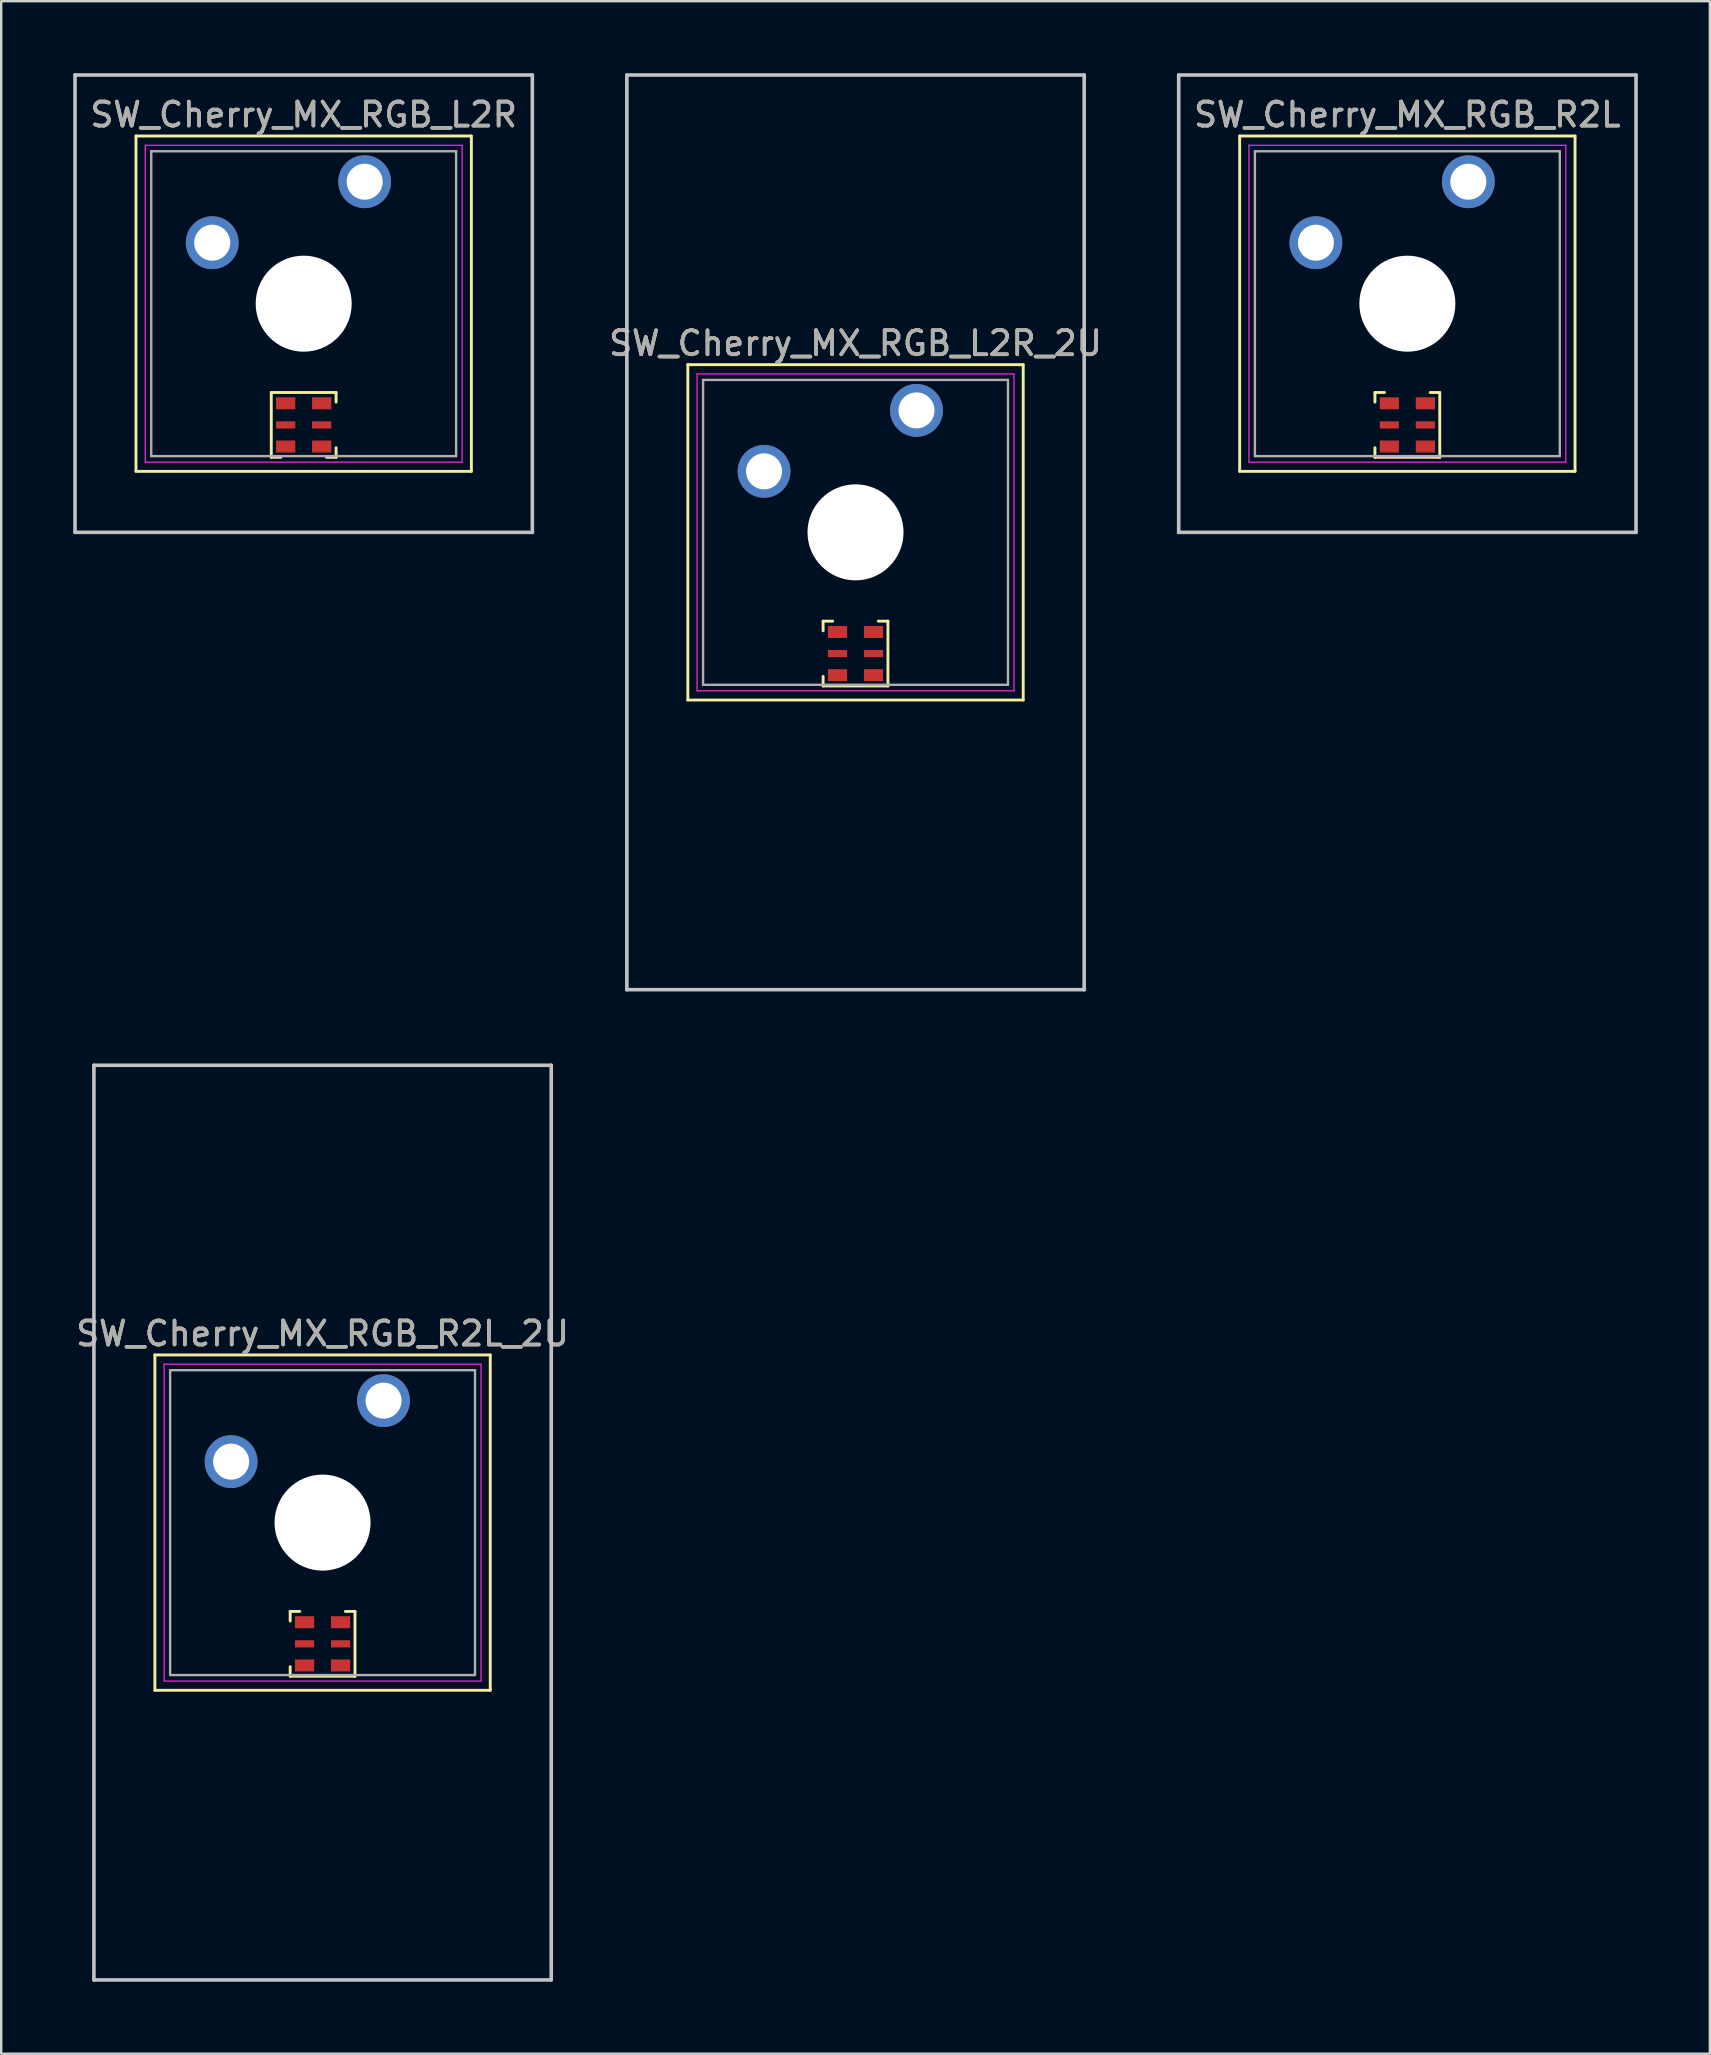
<source format=kicad_pcb>
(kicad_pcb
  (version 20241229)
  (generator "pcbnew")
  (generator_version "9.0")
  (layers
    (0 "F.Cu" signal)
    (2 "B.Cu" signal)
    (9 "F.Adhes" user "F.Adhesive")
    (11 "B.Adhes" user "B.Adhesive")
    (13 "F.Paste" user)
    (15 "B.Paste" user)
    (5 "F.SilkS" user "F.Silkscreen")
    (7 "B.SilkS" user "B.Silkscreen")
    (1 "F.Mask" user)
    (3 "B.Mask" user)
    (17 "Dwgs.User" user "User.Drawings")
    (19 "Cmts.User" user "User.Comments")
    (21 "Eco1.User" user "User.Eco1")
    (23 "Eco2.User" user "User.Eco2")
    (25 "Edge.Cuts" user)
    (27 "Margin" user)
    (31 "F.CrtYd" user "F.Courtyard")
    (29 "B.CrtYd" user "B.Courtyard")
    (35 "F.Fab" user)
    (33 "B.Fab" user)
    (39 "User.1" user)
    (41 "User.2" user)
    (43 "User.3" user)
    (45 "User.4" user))
  (footprint "SW_Cherry_MX_RGB_R2L"
    (layer "F.Cu")
    (at 55.574 9.6)
    (property "Reference" "SW_Cherry_MX_RGB_R2L" (at 0 -7.874 0) (layer "F.SilkS") (effects (font (size 1 1) (thickness 0.15))))
    (attr through_hole)
    (fp_line (start -6.985 -6.985) (end 6.985 -6.985) (stroke (width 0.12) (type solid)) (layer "F.SilkS"))
    (fp_line (start -6.985 6.985) (end -6.985 -6.985) (stroke (width 0.12) (type solid)) (layer "F.SilkS"))
    (fp_line (start -1.35 3.7) (end -1.35 4.1) (stroke (width 0.12) (type solid)) (layer "F.SilkS"))
    (fp_line (start -1.35 3.7) (end -0.95 3.7) (stroke (width 0.12) (type solid)) (layer "F.SilkS"))
    (fp_line (start -1.35 6) (end -1.35 6.4) (stroke (width 0.12) (type solid)) (layer "F.SilkS"))
    (fp_line (start -1.35 6.4) (end 1.35 6.4) (stroke (width 0.12) (type solid)) (layer "F.SilkS"))
    (fp_line (start 0.95 3.7) (end 1.35 3.7) (stroke (width 0.12) (type solid)) (layer "F.SilkS"))
    (fp_line (start 1.35 3.7) (end 1.35 6.4) (stroke (width 0.12) (type solid)) (layer "F.SilkS"))
    (fp_line (start 6.985 -6.985) (end 6.985 6.985) (stroke (width 0.12) (type solid)) (layer "F.SilkS"))
    (fp_line (start 6.985 6.985) (end -6.985 6.985) (stroke (width 0.12) (type solid)) (layer "F.SilkS"))
    (fp_line (start -9.525 -9.525) (end 9.525 -9.525) (stroke (width 0.15) (type solid)) (layer "Dwgs.User"))
    (fp_line (start -9.525 9.525) (end -9.525 -9.525) (stroke (width 0.15) (type solid)) (layer "Dwgs.User"))
    (fp_line (start 9.525 -9.525) (end 9.525 9.525) (stroke (width 0.15) (type solid)) (layer "Dwgs.User"))
    (fp_line (start 9.525 9.525) (end -9.525 9.525) (stroke (width 0.15) (type solid)) (layer "Dwgs.User"))
    (fp_line (start -6.6 -6.6) (end 6.6 -6.6) (stroke (width 0.05) (type solid)) (layer "F.CrtYd"))
    (fp_line (start -6.6 6.6) (end -6.6 -6.6) (stroke (width 0.05) (type solid)) (layer "F.CrtYd"))
    (fp_line (start 6.6 -6.6) (end 6.6 6.6) (stroke (width 0.05) (type solid)) (layer "F.CrtYd"))
    (fp_line (start 6.6 6.6) (end -6.6 6.6) (stroke (width 0.05) (type solid)) (layer "F.CrtYd"))
    (fp_line (start -6.35 -6.35) (end 6.35 -6.35) (stroke (width 0.1) (type solid)) (layer "F.Fab"))
    (fp_line (start -6.35 6.35) (end -6.35 -6.35) (stroke (width 0.1) (type solid)) (layer "F.Fab"))
    (fp_line (start 6.35 -6.35) (end 6.35 6.35) (stroke (width 0.1) (type solid)) (layer "F.Fab"))
    (fp_line (start 6.35 6.35) (end -6.35 6.35) (stroke (width 0.1) (type solid)) (layer "F.Fab"))
    (fp_text user "${REFERENCE}" (at 0 -7.874 0) (layer "F.Fab") (effects (font (size 1 1) (thickness 0.15))))
    (pad "" np_thru_hole circle (at 0 0) (size 4 4) (drill 4) (layers "*.Cu" "*.Mask"))
    (pad "1" thru_hole circle (at 2.54 -5.08) (size 2.2 2.2) (drill 1.5) (layers "*.Cu" "*.Mask"))
    (pad "2" thru_hole circle (at -3.81 -2.54) (size 2.2 2.2) (drill 1.5) (layers "*.Cu" "*.Mask"))
    (pad "3" smd rect (at -0.75 4.15) (size 0.8 0.5) (layers "F.Cu" "F.Mask" "F.Paste"))
    (pad "4" smd rect (at -0.75 5.05) (size 0.8 0.3) (layers "F.Cu" "F.Mask" "F.Paste"))
    (pad "5" smd rect (at -0.75 5.95) (size 0.8 0.5) (layers "F.Cu" "F.Mask" "F.Paste"))
    (pad "6" smd rect (at 0.75 5.95) (size 0.8 0.5) (layers "F.Cu" "F.Mask" "F.Paste"))
    (pad "7" smd rect (at 0.75 5.05) (size 0.8 0.3) (layers "F.Cu" "F.Mask" "F.Paste"))
    (pad "8" smd rect (at 0.75 4.15) (size 0.8 0.5) (layers "F.Cu" "F.Mask" "F.Paste")))
  (footprint "SW_Cherry_MX_RGB_L2R"
    (layer "F.Cu")
    (at 9.6 9.6)
    (property "Reference" "SW_Cherry_MX_RGB_L2R" (at 0 -7.874 0) (layer "F.SilkS") (effects (font (size 1 1) (thickness 0.15))))
    (attr through_hole)
    (fp_line (start -6.985 -6.985) (end 6.985 -6.985) (stroke (width 0.12) (type solid)) (layer "F.SilkS"))
    (fp_line (start -6.985 6.985) (end -6.985 -6.985) (stroke (width 0.12) (type solid)) (layer "F.SilkS"))
    (fp_line (start -1.35 6.4) (end -1.35 3.7) (stroke (width 0.12) (type solid)) (layer "F.SilkS"))
    (fp_line (start -0.95 6.4) (end -1.35 6.4) (stroke (width 0.12) (type solid)) (layer "F.SilkS"))
    (fp_line (start 1.35 3.7) (end -1.35 3.7) (stroke (width 0.12) (type solid)) (layer "F.SilkS"))
    (fp_line (start 1.35 4.1) (end 1.35 3.7) (stroke (width 0.12) (type solid)) (layer "F.SilkS"))
    (fp_line (start 1.35 6.4) (end 0.95 6.4) (stroke (width 0.12) (type solid)) (layer "F.SilkS"))
    (fp_line (start 1.35 6.4) (end 1.35 6) (stroke (width 0.12) (type solid)) (layer "F.SilkS"))
    (fp_line (start 6.985 -6.985) (end 6.985 6.985) (stroke (width 0.12) (type solid)) (layer "F.SilkS"))
    (fp_line (start 6.985 6.985) (end -6.985 6.985) (stroke (width 0.12) (type solid)) (layer "F.SilkS"))
    (fp_line (start -9.525 -9.525) (end 9.525 -9.525) (stroke (width 0.15) (type solid)) (layer "Dwgs.User"))
    (fp_line (start -9.525 9.525) (end -9.525 -9.525) (stroke (width 0.15) (type solid)) (layer "Dwgs.User"))
    (fp_line (start 9.525 -9.525) (end 9.525 9.525) (stroke (width 0.15) (type solid)) (layer "Dwgs.User"))
    (fp_line (start 9.525 9.525) (end -9.525 9.525) (stroke (width 0.15) (type solid)) (layer "Dwgs.User"))
    (fp_line (start -6.6 -6.6) (end 6.6 -6.6) (stroke (width 0.05) (type solid)) (layer "F.CrtYd"))
    (fp_line (start -6.6 6.6) (end -6.6 -6.6) (stroke (width 0.05) (type solid)) (layer "F.CrtYd"))
    (fp_line (start 6.6 -6.6) (end 6.6 6.6) (stroke (width 0.05) (type solid)) (layer "F.CrtYd"))
    (fp_line (start 6.6 6.6) (end -6.6 6.6) (stroke (width 0.05) (type solid)) (layer "F.CrtYd"))
    (fp_line (start -6.35 -6.35) (end 6.35 -6.35) (stroke (width 0.1) (type solid)) (layer "F.Fab"))
    (fp_line (start -6.35 6.35) (end -6.35 -6.35) (stroke (width 0.1) (type solid)) (layer "F.Fab"))
    (fp_line (start 6.35 -6.35) (end 6.35 6.35) (stroke (width 0.1) (type solid)) (layer "F.Fab"))
    (fp_line (start 6.35 6.35) (end -6.35 6.35) (stroke (width 0.1) (type solid)) (layer "F.Fab"))
    (fp_text user "${REFERENCE}" (at 0 -7.874 0) (layer "F.Fab") (effects (font (size 1 1) (thickness 0.15))))
    (pad "" np_thru_hole circle (at 0 0) (size 4 4) (drill 4) (layers "*.Cu" "*.Mask"))
    (pad "1" thru_hole circle (at 2.54 -5.08) (size 2.2 2.2) (drill 1.5) (layers "*.Cu" "*.Mask"))
    (pad "2" thru_hole circle (at -3.81 -2.54) (size 2.2 2.2) (drill 1.5) (layers "*.Cu" "*.Mask"))
    (pad "3" smd rect (at 0.75 5.95) (size 0.8 0.5) (layers "F.Cu" "F.Mask" "F.Paste"))
    (pad "4" smd rect (at 0.75 5.05) (size 0.8 0.3) (layers "F.Cu" "F.Mask" "F.Paste"))
    (pad "5" smd rect (at 0.75 4.15) (size 0.8 0.5) (layers "F.Cu" "F.Mask" "F.Paste"))
    (pad "6" smd rect (at -0.75 4.15) (size 0.8 0.5) (layers "F.Cu" "F.Mask" "F.Paste"))
    (pad "7" smd rect (at -0.75 5.05) (size 0.8 0.3) (layers "F.Cu" "F.Mask" "F.Paste"))
    (pad "8" smd rect (at -0.75 5.95) (size 0.8 0.5) (layers "F.Cu" "F.Mask" "F.Paste")))
  (footprint "SW_Cherry_MX_RGB_R2L_2U"
    (layer "F.Cu")
    (at 10.387 60.375)
    (property "Reference" "SW_Cherry_MX_RGB_R2L_2U" (at 0 -7.874 0) (layer "F.SilkS") (effects (font (size 1 1) (thickness 0.15))))
    (attr through_hole)
    (fp_line (start -6.985 -6.985) (end 6.985 -6.985) (stroke (width 0.12) (type solid)) (layer "F.SilkS"))
    (fp_line (start -6.985 6.985) (end -6.985 -6.985) (stroke (width 0.12) (type solid)) (layer "F.SilkS"))
    (fp_line (start -1.35 3.7) (end -1.35 4.1) (stroke (width 0.12) (type solid)) (layer "F.SilkS"))
    (fp_line (start -1.35 3.7) (end -0.95 3.7) (stroke (width 0.12) (type solid)) (layer "F.SilkS"))
    (fp_line (start -1.35 6) (end -1.35 6.4) (stroke (width 0.12) (type solid)) (layer "F.SilkS"))
    (fp_line (start -1.35 6.4) (end 1.35 6.4) (stroke (width 0.12) (type solid)) (layer "F.SilkS"))
    (fp_line (start 0.95 3.7) (end 1.35 3.7) (stroke (width 0.12) (type solid)) (layer "F.SilkS"))
    (fp_line (start 1.35 3.7) (end 1.35 6.4) (stroke (width 0.12) (type solid)) (layer "F.SilkS"))
    (fp_line (start 6.985 -6.985) (end 6.985 6.985) (stroke (width 0.12) (type solid)) (layer "F.SilkS"))
    (fp_line (start 6.985 6.985) (end -6.985 6.985) (stroke (width 0.12) (type solid)) (layer "F.SilkS"))
    (fp_line (start -9.525 -19.05) (end 9.525 -19.05) (stroke (width 0.15) (type solid)) (layer "Dwgs.User"))
    (fp_line (start -9.525 19.05) (end -9.525 -19.05) (stroke (width 0.15) (type solid)) (layer "Dwgs.User"))
    (fp_line (start 9.525 -19.05) (end 9.525 19.05) (stroke (width 0.15) (type solid)) (layer "Dwgs.User"))
    (fp_line (start 9.525 19.05) (end -9.525 19.05) (stroke (width 0.15) (type solid)) (layer "Dwgs.User"))
    (fp_line (start -6.6 -6.6) (end 6.6 -6.6) (stroke (width 0.05) (type solid)) (layer "F.CrtYd"))
    (fp_line (start -6.6 6.6) (end -6.6 -6.6) (stroke (width 0.05) (type solid)) (layer "F.CrtYd"))
    (fp_line (start 6.6 -6.6) (end 6.6 6.6) (stroke (width 0.05) (type solid)) (layer "F.CrtYd"))
    (fp_line (start 6.6 6.6) (end -6.6 6.6) (stroke (width 0.05) (type solid)) (layer "F.CrtYd"))
    (fp_line (start -6.35 -6.35) (end 6.35 -6.35) (stroke (width 0.1) (type solid)) (layer "F.Fab"))
    (fp_line (start -6.35 6.35) (end -6.35 -6.35) (stroke (width 0.1) (type solid)) (layer "F.Fab"))
    (fp_line (start 6.35 -6.35) (end 6.35 6.35) (stroke (width 0.1) (type solid)) (layer "F.Fab"))
    (fp_line (start 6.35 6.35) (end -6.35 6.35) (stroke (width 0.1) (type solid)) (layer "F.Fab"))
    (fp_text user "${REFERENCE}" (at 0 -7.874 0) (layer "F.Fab") (effects (font (size 1 1) (thickness 0.15))))
    (pad "" np_thru_hole circle (at 0 0) (size 4 4) (drill 4) (layers "*.Cu" "*.Mask"))
    (pad "1" thru_hole circle (at 2.54 -5.08) (size 2.2 2.2) (drill 1.5) (layers "*.Cu" "*.Mask"))
    (pad "2" thru_hole circle (at -3.81 -2.54) (size 2.2 2.2) (drill 1.5) (layers "*.Cu" "*.Mask"))
    (pad "3" smd rect (at -0.75 4.15) (size 0.8 0.5) (layers "F.Cu" "F.Mask" "F.Paste"))
    (pad "4" smd rect (at -0.75 5.05) (size 0.8 0.3) (layers "F.Cu" "F.Mask" "F.Paste"))
    (pad "5" smd rect (at -0.75 5.95) (size 0.8 0.5) (layers "F.Cu" "F.Mask" "F.Paste"))
    (pad "6" smd rect (at 0.75 5.95) (size 0.8 0.5) (layers "F.Cu" "F.Mask" "F.Paste"))
    (pad "7" smd rect (at 0.75 5.05) (size 0.8 0.3) (layers "F.Cu" "F.Mask" "F.Paste"))
    (pad "8" smd rect (at 0.75 4.15) (size 0.8 0.5) (layers "F.Cu" "F.Mask" "F.Paste")))
  (footprint "SW_Cherry_MX_RGB_L2R_2U"
    (layer "F.Cu")
    (at 32.587 19.125)
    (property "Reference" "SW_Cherry_MX_RGB_L2R_2U" (at 0 -7.874 0) (layer "F.SilkS") (effects (font (size 1 1) (thickness 0.15))))
    (attr through_hole)
    (fp_line (start -6.985 -6.985) (end 6.985 -6.985) (stroke (width 0.12) (type solid)) (layer "F.SilkS"))
    (fp_line (start -6.985 6.985) (end -6.985 -6.985) (stroke (width 0.12) (type solid)) (layer "F.SilkS"))
    (fp_line (start -1.35 3.7) (end -1.35 4.1) (stroke (width 0.12) (type solid)) (layer "F.SilkS"))
    (fp_line (start -1.35 3.7) (end -0.95 3.7) (stroke (width 0.12) (type solid)) (layer "F.SilkS"))
    (fp_line (start -1.35 6) (end -1.35 6.4) (stroke (width 0.12) (type solid)) (layer "F.SilkS"))
    (fp_line (start -1.35 6.4) (end 1.35 6.4) (stroke (width 0.12) (type solid)) (layer "F.SilkS"))
    (fp_line (start 0.95 3.7) (end 1.35 3.7) (stroke (width 0.12) (type solid)) (layer "F.SilkS"))
    (fp_line (start 1.35 3.7) (end 1.35 6.4) (stroke (width 0.12) (type solid)) (layer "F.SilkS"))
    (fp_line (start 6.985 -6.985) (end 6.985 6.985) (stroke (width 0.12) (type solid)) (layer "F.SilkS"))
    (fp_line (start 6.985 6.985) (end -6.985 6.985) (stroke (width 0.12) (type solid)) (layer "F.SilkS"))
    (fp_line (start -9.525 -19.05) (end 9.525 -19.05) (stroke (width 0.15) (type solid)) (layer "Dwgs.User"))
    (fp_line (start -9.525 19.05) (end -9.525 -19.05) (stroke (width 0.15) (type solid)) (layer "Dwgs.User"))
    (fp_line (start 9.525 -19.05) (end 9.525 19.05) (stroke (width 0.15) (type solid)) (layer "Dwgs.User"))
    (fp_line (start 9.525 19.05) (end -9.525 19.05) (stroke (width 0.15) (type solid)) (layer "Dwgs.User"))
    (fp_line (start -6.6 -6.6) (end 6.6 -6.6) (stroke (width 0.05) (type solid)) (layer "F.CrtYd"))
    (fp_line (start -6.6 6.6) (end -6.6 -6.6) (stroke (width 0.05) (type solid)) (layer "F.CrtYd"))
    (fp_line (start 6.6 -6.6) (end 6.6 6.6) (stroke (width 0.05) (type solid)) (layer "F.CrtYd"))
    (fp_line (start 6.6 6.6) (end -6.6 6.6) (stroke (width 0.05) (type solid)) (layer "F.CrtYd"))
    (fp_line (start -6.35 -6.35) (end 6.35 -6.35) (stroke (width 0.1) (type solid)) (layer "F.Fab"))
    (fp_line (start -6.35 6.35) (end -6.35 -6.35) (stroke (width 0.1) (type solid)) (layer "F.Fab"))
    (fp_line (start 6.35 -6.35) (end 6.35 6.35) (stroke (width 0.1) (type solid)) (layer "F.Fab"))
    (fp_line (start 6.35 6.35) (end -6.35 6.35) (stroke (width 0.1) (type solid)) (layer "F.Fab"))
    (fp_text user "${REFERENCE}" (at 0 -7.874 0) (layer "F.Fab") (effects (font (size 1 1) (thickness 0.15))))
    (pad "" np_thru_hole circle (at 0 0) (size 4 4) (drill 4) (layers "*.Cu" "*.Mask"))
    (pad "1" thru_hole circle (at 2.54 -5.08) (size 2.2 2.2) (drill 1.5) (layers "*.Cu" "*.Mask"))
    (pad "2" thru_hole circle (at -3.81 -2.54) (size 2.2 2.2) (drill 1.5) (layers "*.Cu" "*.Mask"))
    (pad "3" smd rect (at 0.75 5.95) (size 0.8 0.5) (layers "F.Cu" "F.Mask" "F.Paste"))
    (pad "4" smd rect (at 0.75 5.05) (size 0.8 0.3) (layers "F.Cu" "F.Mask" "F.Paste"))
    (pad "5" smd rect (at 0.75 4.15) (size 0.8 0.5) (layers "F.Cu" "F.Mask" "F.Paste"))
    (pad "6" smd rect (at -0.75 4.15) (size 0.8 0.5) (layers "F.Cu" "F.Mask" "F.Paste"))
    (pad "7" smd rect (at -0.75 5.05) (size 0.8 0.3) (layers "F.Cu" "F.Mask" "F.Paste"))
    (pad "8" smd rect (at -0.75 5.95) (size 0.8 0.5) (layers "F.Cu" "F.Mask" "F.Paste")))
  (gr_rect
    (start -3 -3)
    (end 68.174 82.5)
    (stroke (width 0.1) (type default))
    (fill no)
    (layer "Edge.Cuts")))
</source>
